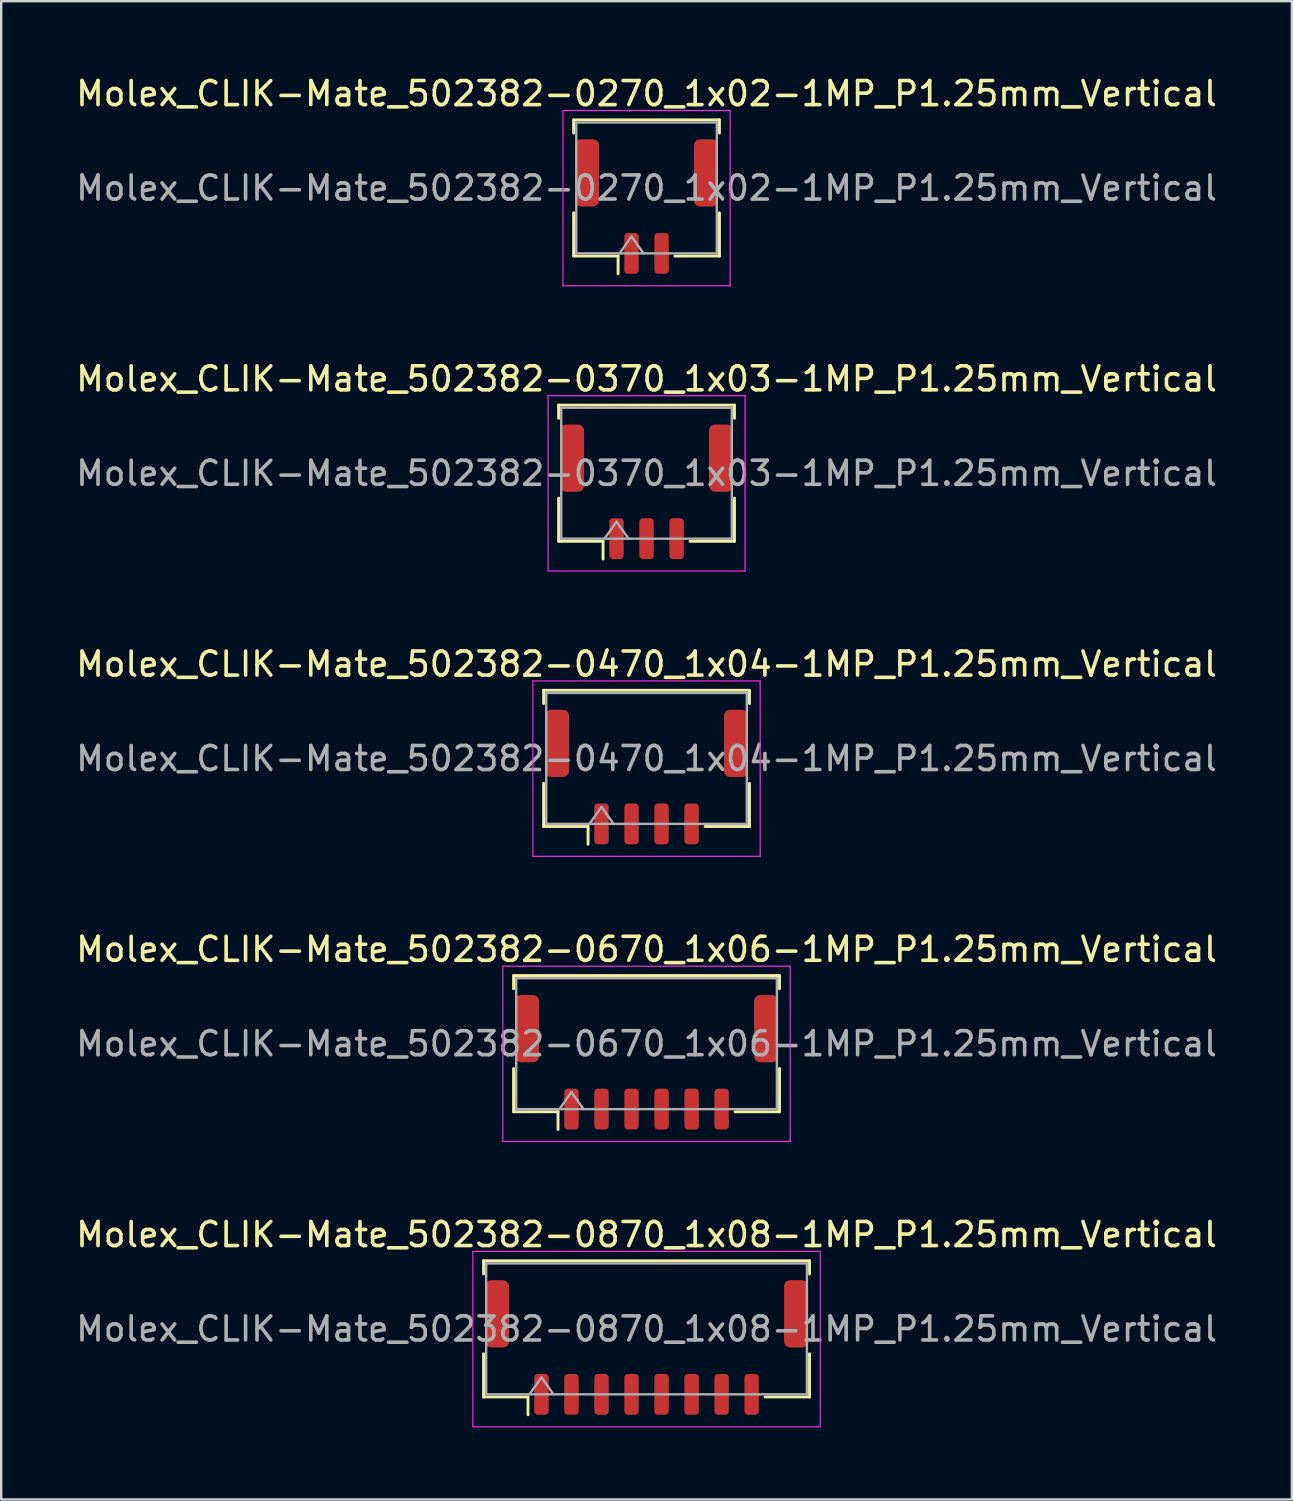
<source format=kicad_pcb>
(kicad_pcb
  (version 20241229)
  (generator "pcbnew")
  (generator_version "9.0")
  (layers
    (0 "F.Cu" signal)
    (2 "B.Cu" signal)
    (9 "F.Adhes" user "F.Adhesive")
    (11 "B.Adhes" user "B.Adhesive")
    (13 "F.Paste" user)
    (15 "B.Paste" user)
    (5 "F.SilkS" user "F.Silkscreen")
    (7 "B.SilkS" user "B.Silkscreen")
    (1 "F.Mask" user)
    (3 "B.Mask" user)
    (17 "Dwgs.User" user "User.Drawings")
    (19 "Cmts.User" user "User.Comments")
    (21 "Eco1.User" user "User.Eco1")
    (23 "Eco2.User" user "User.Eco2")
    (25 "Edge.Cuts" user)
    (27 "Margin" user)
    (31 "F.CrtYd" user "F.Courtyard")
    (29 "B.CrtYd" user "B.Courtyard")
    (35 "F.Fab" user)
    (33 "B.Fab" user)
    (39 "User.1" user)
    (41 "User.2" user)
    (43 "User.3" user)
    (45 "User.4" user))
  (footprint "Molex_CLIK-Mate_502382-0470_1x04-1MP_P1.25mm_Vertical"
    (layer "F.Cu")
    (at 23.863 29.295)
    (property "Reference" "Molex_CLIK-Mate_502382-0470_1x04-1MP_P1.25mm_Vertical" (at 0 -4.7 0) (layer "F.SilkS") (effects (font (size 1 1) (thickness 0.15))))
    (attr smd)
    (fp_line (start -4.285 -3.61) (end 4.285 -3.61) (stroke (width 0.12) (type solid)) (layer "F.SilkS"))
    (fp_line (start -4.285 -3.06) (end -4.285 -3.61) (stroke (width 0.12) (type solid)) (layer "F.SilkS"))
    (fp_line (start -4.285 0.26) (end -4.285 2.06) (stroke (width 0.12) (type solid)) (layer "F.SilkS"))
    (fp_line (start -4.285 2.06) (end -2.435 2.06) (stroke (width 0.12) (type solid)) (layer "F.SilkS"))
    (fp_line (start -2.435 2.06) (end -2.435 2.8) (stroke (width 0.12) (type solid)) (layer "F.SilkS"))
    (fp_line (start 4.285 -3.61) (end 4.285 -3.06) (stroke (width 0.12) (type solid)) (layer "F.SilkS"))
    (fp_line (start 4.285 0.26) (end 4.285 2.06) (stroke (width 0.12) (type solid)) (layer "F.SilkS"))
    (fp_line (start 4.285 2.06) (end 2.435 2.06) (stroke (width 0.12) (type solid)) (layer "F.SilkS"))
    (fp_line (start -4.73 -4) (end -4.73 3.3) (stroke (width 0.05) (type solid)) (layer "F.CrtYd"))
    (fp_line (start -4.73 3.3) (end 4.73 3.3) (stroke (width 0.05) (type solid)) (layer "F.CrtYd"))
    (fp_line (start 4.73 -4) (end -4.73 -4) (stroke (width 0.05) (type solid)) (layer "F.CrtYd"))
    (fp_line (start 4.73 3.3) (end 4.73 -4) (stroke (width 0.05) (type solid)) (layer "F.CrtYd"))
    (fp_line (start -4.175 -3.5) (end 4.175 -3.5) (stroke (width 0.1) (type solid)) (layer "F.Fab"))
    (fp_line (start -4.175 1.95) (end -4.175 -3.5) (stroke (width 0.1) (type solid)) (layer "F.Fab"))
    (fp_line (start -4.175 1.95) (end 4.175 1.95) (stroke (width 0.1) (type solid)) (layer "F.Fab"))
    (fp_line (start -2.375 1.95) (end -1.875 1.243) (stroke (width 0.1) (type solid)) (layer "F.Fab"))
    (fp_line (start -1.875 1.243) (end -1.375 1.95) (stroke (width 0.1) (type solid)) (layer "F.Fab"))
    (fp_line (start 4.175 1.95) (end 4.175 -3.5) (stroke (width 0.1) (type solid)) (layer "F.Fab"))
    (fp_text user "${REFERENCE}" (at 0 -0.77 0) (layer "F.Fab") (effects (font (size 1 1) (thickness 0.15))))
    (pad "1" smd roundrect (at -1.875 1.95) (size 0.6 1.7) (layers "F.Cu" "F.Mask" "F.Paste") (roundrect_rratio 0.25))
    (pad "2" smd roundrect (at -0.625 1.95) (size 0.6 1.7) (layers "F.Cu" "F.Mask" "F.Paste") (roundrect_rratio 0.25))
    (pad "3" smd roundrect (at 0.625 1.95) (size 0.6 1.7) (layers "F.Cu" "F.Mask" "F.Paste") (roundrect_rratio 0.25))
    (pad "4" smd roundrect (at 1.875 1.95) (size 0.6 1.7) (layers "F.Cu" "F.Mask" "F.Paste") (roundrect_rratio 0.25))
    (pad "MP" smd roundrect (at -3.725 -1.4) (size 1 2.8) (layers "F.Cu" "F.Mask" "F.Paste") (roundrect_rratio 0.25))
    (pad "MP" smd roundrect (at 3.725 -1.4) (size 1 2.8) (layers "F.Cu" "F.Mask" "F.Paste") (roundrect_rratio 0.25)))
  (footprint "Molex_CLIK-Mate_502382-0270_1x02-1MP_P1.25mm_Vertical"
    (layer "F.Cu")
    (at 23.863 5.548)
    (property "Reference" "Molex_CLIK-Mate_502382-0270_1x02-1MP_P1.25mm_Vertical" (at 0 -4.7 0) (layer "F.SilkS") (effects (font (size 1 1) (thickness 0.15))))
    (attr smd)
    (fp_line (start -3.035 -3.61) (end 3.035 -3.61) (stroke (width 0.12) (type solid)) (layer "F.SilkS"))
    (fp_line (start -3.035 -3.06) (end -3.035 -3.61) (stroke (width 0.12) (type solid)) (layer "F.SilkS"))
    (fp_line (start -3.035 0.26) (end -3.035 2.06) (stroke (width 0.12) (type solid)) (layer "F.SilkS"))
    (fp_line (start -3.035 2.06) (end -1.185 2.06) (stroke (width 0.12) (type solid)) (layer "F.SilkS"))
    (fp_line (start -1.185 2.06) (end -1.185 2.8) (stroke (width 0.12) (type solid)) (layer "F.SilkS"))
    (fp_line (start 3.035 -3.61) (end 3.035 -3.06) (stroke (width 0.12) (type solid)) (layer "F.SilkS"))
    (fp_line (start 3.035 0.26) (end 3.035 2.06) (stroke (width 0.12) (type solid)) (layer "F.SilkS"))
    (fp_line (start 3.035 2.06) (end 1.185 2.06) (stroke (width 0.12) (type solid)) (layer "F.SilkS"))
    (fp_line (start -3.48 -4) (end -3.48 3.3) (stroke (width 0.05) (type solid)) (layer "F.CrtYd"))
    (fp_line (start -3.48 3.3) (end 3.48 3.3) (stroke (width 0.05) (type solid)) (layer "F.CrtYd"))
    (fp_line (start 3.48 -4) (end -3.48 -4) (stroke (width 0.05) (type solid)) (layer "F.CrtYd"))
    (fp_line (start 3.48 3.3) (end 3.48 -4) (stroke (width 0.05) (type solid)) (layer "F.CrtYd"))
    (fp_line (start -2.925 -3.5) (end 2.925 -3.5) (stroke (width 0.1) (type solid)) (layer "F.Fab"))
    (fp_line (start -2.925 1.95) (end -2.925 -3.5) (stroke (width 0.1) (type solid)) (layer "F.Fab"))
    (fp_line (start -2.925 1.95) (end 2.925 1.95) (stroke (width 0.1) (type solid)) (layer "F.Fab"))
    (fp_line (start -1.125 1.95) (end -0.625 1.243) (stroke (width 0.1) (type solid)) (layer "F.Fab"))
    (fp_line (start -0.625 1.243) (end -0.125 1.95) (stroke (width 0.1) (type solid)) (layer "F.Fab"))
    (fp_line (start 2.925 1.95) (end 2.925 -3.5) (stroke (width 0.1) (type solid)) (layer "F.Fab"))
    (fp_text user "${REFERENCE}" (at 0 -0.77 0) (layer "F.Fab") (effects (font (size 1 1) (thickness 0.15))))
    (pad "1" smd roundrect (at -0.625 1.95) (size 0.6 1.7) (layers "F.Cu" "F.Mask" "F.Paste") (roundrect_rratio 0.25))
    (pad "2" smd roundrect (at 0.625 1.95) (size 0.6 1.7) (layers "F.Cu" "F.Mask" "F.Paste") (roundrect_rratio 0.25))
    (pad "MP" smd roundrect (at -2.475 -1.4) (size 1 2.8) (layers "F.Cu" "F.Mask" "F.Paste") (roundrect_rratio 0.25))
    (pad "MP" smd roundrect (at 2.475 -1.4) (size 1 2.8) (layers "F.Cu" "F.Mask" "F.Paste") (roundrect_rratio 0.25)))
  (footprint "Molex_CLIK-Mate_502382-0370_1x03-1MP_P1.25mm_Vertical"
    (layer "F.Cu")
    (at 23.863 17.422)
    (property "Reference" "Molex_CLIK-Mate_502382-0370_1x03-1MP_P1.25mm_Vertical" (at 0 -4.7 0) (layer "F.SilkS") (effects (font (size 1 1) (thickness 0.15))))
    (attr smd)
    (fp_line (start -3.66 -3.61) (end 3.66 -3.61) (stroke (width 0.12) (type solid)) (layer "F.SilkS"))
    (fp_line (start -3.66 -3.06) (end -3.66 -3.61) (stroke (width 0.12) (type solid)) (layer "F.SilkS"))
    (fp_line (start -3.66 0.26) (end -3.66 2.06) (stroke (width 0.12) (type solid)) (layer "F.SilkS"))
    (fp_line (start -3.66 2.06) (end -1.81 2.06) (stroke (width 0.12) (type solid)) (layer "F.SilkS"))
    (fp_line (start -1.81 2.06) (end -1.81 2.8) (stroke (width 0.12) (type solid)) (layer "F.SilkS"))
    (fp_line (start 3.66 -3.61) (end 3.66 -3.06) (stroke (width 0.12) (type solid)) (layer "F.SilkS"))
    (fp_line (start 3.66 0.26) (end 3.66 2.06) (stroke (width 0.12) (type solid)) (layer "F.SilkS"))
    (fp_line (start 3.66 2.06) (end 1.81 2.06) (stroke (width 0.12) (type solid)) (layer "F.SilkS"))
    (fp_line (start -4.1 -4) (end -4.1 3.3) (stroke (width 0.05) (type solid)) (layer "F.CrtYd"))
    (fp_line (start -4.1 3.3) (end 4.1 3.3) (stroke (width 0.05) (type solid)) (layer "F.CrtYd"))
    (fp_line (start 4.1 -4) (end -4.1 -4) (stroke (width 0.05) (type solid)) (layer "F.CrtYd"))
    (fp_line (start 4.1 3.3) (end 4.1 -4) (stroke (width 0.05) (type solid)) (layer "F.CrtYd"))
    (fp_line (start -3.55 -3.5) (end 3.55 -3.5) (stroke (width 0.1) (type solid)) (layer "F.Fab"))
    (fp_line (start -3.55 1.95) (end -3.55 -3.5) (stroke (width 0.1) (type solid)) (layer "F.Fab"))
    (fp_line (start -3.55 1.95) (end 3.55 1.95) (stroke (width 0.1) (type solid)) (layer "F.Fab"))
    (fp_line (start -1.75 1.95) (end -1.25 1.243) (stroke (width 0.1) (type solid)) (layer "F.Fab"))
    (fp_line (start -1.25 1.243) (end -0.75 1.95) (stroke (width 0.1) (type solid)) (layer "F.Fab"))
    (fp_line (start 3.55 1.95) (end 3.55 -3.5) (stroke (width 0.1) (type solid)) (layer "F.Fab"))
    (fp_text user "${REFERENCE}" (at 0 -0.77 0) (layer "F.Fab") (effects (font (size 1 1) (thickness 0.15))))
    (pad "1" smd roundrect (at -1.25 1.95) (size 0.6 1.7) (layers "F.Cu" "F.Mask" "F.Paste") (roundrect_rratio 0.25))
    (pad "2" smd roundrect (at 0 1.95) (size 0.6 1.7) (layers "F.Cu" "F.Mask" "F.Paste") (roundrect_rratio 0.25))
    (pad "3" smd roundrect (at 1.25 1.95) (size 0.6 1.7) (layers "F.Cu" "F.Mask" "F.Paste") (roundrect_rratio 0.25))
    (pad "MP" smd roundrect (at -3.1 -1.4) (size 1 2.8) (layers "F.Cu" "F.Mask" "F.Paste") (roundrect_rratio 0.25))
    (pad "MP" smd roundrect (at 3.1 -1.4) (size 1 2.8) (layers "F.Cu" "F.Mask" "F.Paste") (roundrect_rratio 0.25)))
  (footprint "Molex_CLIK-Mate_502382-0670_1x06-1MP_P1.25mm_Vertical"
    (layer "F.Cu")
    (at 23.863 41.168)
    (property "Reference" "Molex_CLIK-Mate_502382-0670_1x06-1MP_P1.25mm_Vertical" (at 0 -4.7 0) (layer "F.SilkS") (effects (font (size 1 1) (thickness 0.15))))
    (attr smd)
    (fp_line (start -5.535 -3.61) (end 5.535 -3.61) (stroke (width 0.12) (type solid)) (layer "F.SilkS"))
    (fp_line (start -5.535 -3.06) (end -5.535 -3.61) (stroke (width 0.12) (type solid)) (layer "F.SilkS"))
    (fp_line (start -5.535 0.26) (end -5.535 2.06) (stroke (width 0.12) (type solid)) (layer "F.SilkS"))
    (fp_line (start -5.535 2.06) (end -3.685 2.06) (stroke (width 0.12) (type solid)) (layer "F.SilkS"))
    (fp_line (start -3.685 2.06) (end -3.685 2.8) (stroke (width 0.12) (type solid)) (layer "F.SilkS"))
    (fp_line (start 5.535 -3.61) (end 5.535 -3.06) (stroke (width 0.12) (type solid)) (layer "F.SilkS"))
    (fp_line (start 5.535 0.26) (end 5.535 2.06) (stroke (width 0.12) (type solid)) (layer "F.SilkS"))
    (fp_line (start 5.535 2.06) (end 3.685 2.06) (stroke (width 0.12) (type solid)) (layer "F.SilkS"))
    (fp_line (start -5.98 -4) (end -5.98 3.3) (stroke (width 0.05) (type solid)) (layer "F.CrtYd"))
    (fp_line (start -5.98 3.3) (end 5.98 3.3) (stroke (width 0.05) (type solid)) (layer "F.CrtYd"))
    (fp_line (start 5.98 -4) (end -5.98 -4) (stroke (width 0.05) (type solid)) (layer "F.CrtYd"))
    (fp_line (start 5.98 3.3) (end 5.98 -4) (stroke (width 0.05) (type solid)) (layer "F.CrtYd"))
    (fp_line (start -5.425 -3.5) (end 5.425 -3.5) (stroke (width 0.1) (type solid)) (layer "F.Fab"))
    (fp_line (start -5.425 1.95) (end -5.425 -3.5) (stroke (width 0.1) (type solid)) (layer "F.Fab"))
    (fp_line (start -5.425 1.95) (end 5.425 1.95) (stroke (width 0.1) (type solid)) (layer "F.Fab"))
    (fp_line (start -3.625 1.95) (end -3.125 1.243) (stroke (width 0.1) (type solid)) (layer "F.Fab"))
    (fp_line (start -3.125 1.243) (end -2.625 1.95) (stroke (width 0.1) (type solid)) (layer "F.Fab"))
    (fp_line (start 5.425 1.95) (end 5.425 -3.5) (stroke (width 0.1) (type solid)) (layer "F.Fab"))
    (fp_text user "${REFERENCE}" (at 0 -0.77 0) (layer "F.Fab") (effects (font (size 1 1) (thickness 0.15))))
    (pad "1" smd roundrect (at -3.125 1.95) (size 0.6 1.7) (layers "F.Cu" "F.Mask" "F.Paste") (roundrect_rratio 0.25))
    (pad "2" smd roundrect (at -1.875 1.95) (size 0.6 1.7) (layers "F.Cu" "F.Mask" "F.Paste") (roundrect_rratio 0.25))
    (pad "3" smd roundrect (at -0.625 1.95) (size 0.6 1.7) (layers "F.Cu" "F.Mask" "F.Paste") (roundrect_rratio 0.25))
    (pad "4" smd roundrect (at 0.625 1.95) (size 0.6 1.7) (layers "F.Cu" "F.Mask" "F.Paste") (roundrect_rratio 0.25))
    (pad "5" smd roundrect (at 1.875 1.95) (size 0.6 1.7) (layers "F.Cu" "F.Mask" "F.Paste") (roundrect_rratio 0.25))
    (pad "6" smd roundrect (at 3.125 1.95) (size 0.6 1.7) (layers "F.Cu" "F.Mask" "F.Paste") (roundrect_rratio 0.25))
    (pad "MP" smd roundrect (at -4.975 -1.4) (size 1 2.8) (layers "F.Cu" "F.Mask" "F.Paste") (roundrect_rratio 0.25))
    (pad "MP" smd roundrect (at 4.975 -1.4) (size 1 2.8) (layers "F.Cu" "F.Mask" "F.Paste") (roundrect_rratio 0.25)))
  (footprint "Molex_CLIK-Mate_502382-0870_1x08-1MP_P1.25mm_Vertical"
    (layer "F.Cu")
    (at 23.863 53.041)
    (property "Reference" "Molex_CLIK-Mate_502382-0870_1x08-1MP_P1.25mm_Vertical" (at 0 -4.7 0) (layer "F.SilkS") (effects (font (size 1 1) (thickness 0.15))))
    (attr smd)
    (fp_line (start -6.785 -3.61) (end 6.785 -3.61) (stroke (width 0.12) (type solid)) (layer "F.SilkS"))
    (fp_line (start -6.785 -3.06) (end -6.785 -3.61) (stroke (width 0.12) (type solid)) (layer "F.SilkS"))
    (fp_line (start -6.785 0.26) (end -6.785 2.06) (stroke (width 0.12) (type solid)) (layer "F.SilkS"))
    (fp_line (start -6.785 2.06) (end -4.935 2.06) (stroke (width 0.12) (type solid)) (layer "F.SilkS"))
    (fp_line (start -4.935 2.06) (end -4.935 2.8) (stroke (width 0.12) (type solid)) (layer "F.SilkS"))
    (fp_line (start 6.785 -3.61) (end 6.785 -3.06) (stroke (width 0.12) (type solid)) (layer "F.SilkS"))
    (fp_line (start 6.785 0.26) (end 6.785 2.06) (stroke (width 0.12) (type solid)) (layer "F.SilkS"))
    (fp_line (start 6.785 2.06) (end 4.935 2.06) (stroke (width 0.12) (type solid)) (layer "F.SilkS"))
    (fp_line (start -7.23 -4) (end -7.23 3.3) (stroke (width 0.05) (type solid)) (layer "F.CrtYd"))
    (fp_line (start -7.23 3.3) (end 7.23 3.3) (stroke (width 0.05) (type solid)) (layer "F.CrtYd"))
    (fp_line (start 7.23 -4) (end -7.23 -4) (stroke (width 0.05) (type solid)) (layer "F.CrtYd"))
    (fp_line (start 7.23 3.3) (end 7.23 -4) (stroke (width 0.05) (type solid)) (layer "F.CrtYd"))
    (fp_line (start -6.675 -3.5) (end 6.675 -3.5) (stroke (width 0.1) (type solid)) (layer "F.Fab"))
    (fp_line (start -6.675 1.95) (end -6.675 -3.5) (stroke (width 0.1) (type solid)) (layer "F.Fab"))
    (fp_line (start -6.675 1.95) (end 6.675 1.95) (stroke (width 0.1) (type solid)) (layer "F.Fab"))
    (fp_line (start -4.875 1.95) (end -4.375 1.243) (stroke (width 0.1) (type solid)) (layer "F.Fab"))
    (fp_line (start -4.375 1.243) (end -3.875 1.95) (stroke (width 0.1) (type solid)) (layer "F.Fab"))
    (fp_line (start 6.675 1.95) (end 6.675 -3.5) (stroke (width 0.1) (type solid)) (layer "F.Fab"))
    (fp_text user "${REFERENCE}" (at 0 -0.77 0) (layer "F.Fab") (effects (font (size 1 1) (thickness 0.15))))
    (pad "1" smd roundrect (at -4.375 1.95) (size 0.6 1.7) (layers "F.Cu" "F.Mask" "F.Paste") (roundrect_rratio 0.25))
    (pad "2" smd roundrect (at -3.125 1.95) (size 0.6 1.7) (layers "F.Cu" "F.Mask" "F.Paste") (roundrect_rratio 0.25))
    (pad "3" smd roundrect (at -1.875 1.95) (size 0.6 1.7) (layers "F.Cu" "F.Mask" "F.Paste") (roundrect_rratio 0.25))
    (pad "4" smd roundrect (at -0.625 1.95) (size 0.6 1.7) (layers "F.Cu" "F.Mask" "F.Paste") (roundrect_rratio 0.25))
    (pad "5" smd roundrect (at 0.625 1.95) (size 0.6 1.7) (layers "F.Cu" "F.Mask" "F.Paste") (roundrect_rratio 0.25))
    (pad "6" smd roundrect (at 1.875 1.95) (size 0.6 1.7) (layers "F.Cu" "F.Mask" "F.Paste") (roundrect_rratio 0.25))
    (pad "7" smd roundrect (at 3.125 1.95) (size 0.6 1.7) (layers "F.Cu" "F.Mask" "F.Paste") (roundrect_rratio 0.25))
    (pad "8" smd roundrect (at 4.375 1.95) (size 0.6 1.7) (layers "F.Cu" "F.Mask" "F.Paste") (roundrect_rratio 0.25))
    (pad "MP" smd roundrect (at -6.225 -1.4) (size 1 2.8) (layers "F.Cu" "F.Mask" "F.Paste") (roundrect_rratio 0.25))
    (pad "MP" smd roundrect (at 6.225 -1.4) (size 1 2.8) (layers "F.Cu" "F.Mask" "F.Paste") (roundrect_rratio 0.25)))
  (gr_rect
    (start -3 -3)
    (end 50.726 59.366)
    (stroke (width 0.1) (type default))
    (fill no)
    (layer "Edge.Cuts")))
</source>
